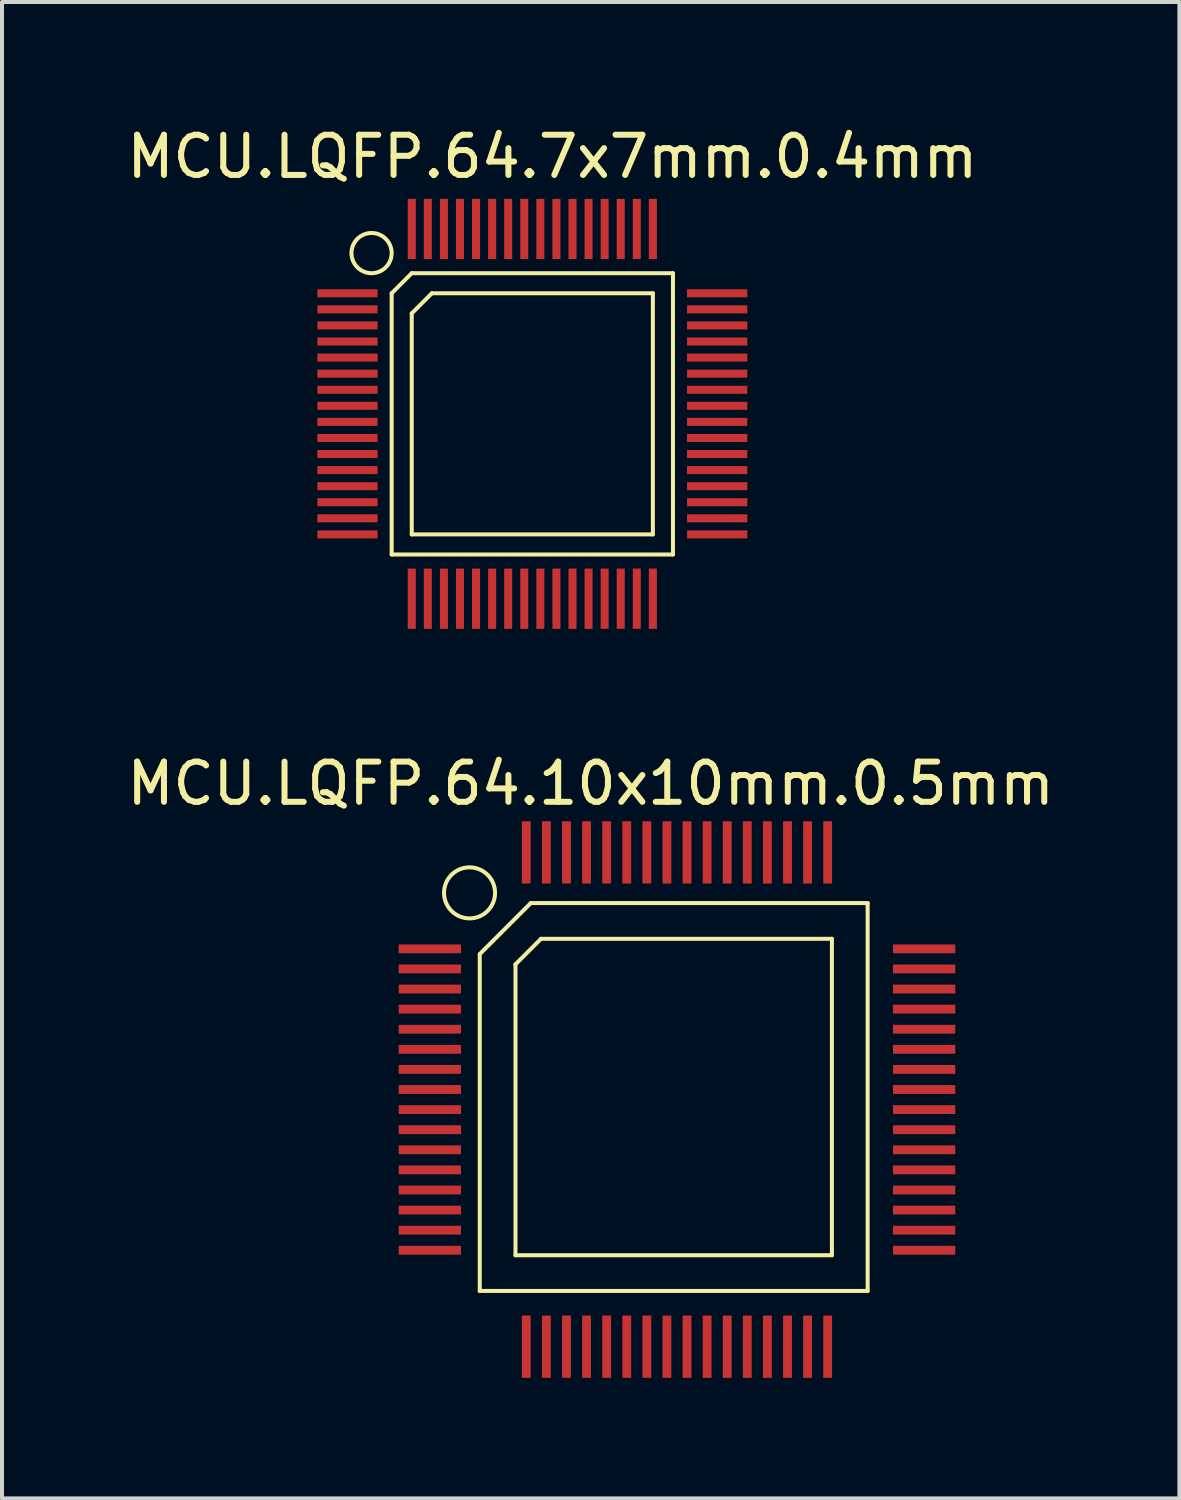
<source format=kicad_pcb>
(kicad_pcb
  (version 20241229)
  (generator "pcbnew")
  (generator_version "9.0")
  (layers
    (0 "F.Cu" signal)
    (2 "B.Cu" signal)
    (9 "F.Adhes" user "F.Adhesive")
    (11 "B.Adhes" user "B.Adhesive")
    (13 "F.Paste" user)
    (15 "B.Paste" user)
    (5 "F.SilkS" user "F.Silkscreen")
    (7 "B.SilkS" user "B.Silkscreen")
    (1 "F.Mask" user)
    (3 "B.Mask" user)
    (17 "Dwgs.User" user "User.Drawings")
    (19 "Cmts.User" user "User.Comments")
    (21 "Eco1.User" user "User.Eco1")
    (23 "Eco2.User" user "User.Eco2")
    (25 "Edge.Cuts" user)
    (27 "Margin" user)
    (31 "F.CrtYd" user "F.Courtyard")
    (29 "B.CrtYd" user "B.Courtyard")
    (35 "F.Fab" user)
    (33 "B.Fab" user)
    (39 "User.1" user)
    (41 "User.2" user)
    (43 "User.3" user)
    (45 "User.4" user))
  (footprint "MCU.LQFP.64.7x7mm.0.4mm"
    (layer "F.Cu")
    (at 10.196 7.248)
    (property "Reference" "MCU.LQFP.64.7x7mm.0.4mm" (at 0.5 -6.4 0) (layer "F.SilkS") (effects (font (size 1 1) (thickness 0.15))))
    (attr through_hole)
    (fp_line (start -3.5 3.5) (end -3.5 -3) (stroke (width 0.1) (type solid)) (layer "F.SilkS"))
    (fp_line (start -3.5 3.5) (end 3.5 3.5) (stroke (width 0.1) (type solid)) (layer "F.SilkS"))
    (fp_line (start -3 -3.5) (end -3.5 -3) (stroke (width 0.1) (type solid)) (layer "F.SilkS"))
    (fp_line (start -3 3) (end -3 -2.5) (stroke (width 0.1) (type solid)) (layer "F.SilkS"))
    (fp_line (start -3 3) (end 3 3) (stroke (width 0.1) (type solid)) (layer "F.SilkS"))
    (fp_line (start -2.5 -3) (end -3 -2.5) (stroke (width 0.1) (type solid)) (layer "F.SilkS"))
    (fp_line (start 3 -3) (end -2.5 -3) (stroke (width 0.1) (type solid)) (layer "F.SilkS"))
    (fp_line (start 3 3) (end 3 -3) (stroke (width 0.1) (type solid)) (layer "F.SilkS"))
    (fp_line (start 3.5 -3.5) (end -3 -3.5) (stroke (width 0.1) (type solid)) (layer "F.SilkS"))
    (fp_line (start 3.5 3.5) (end 3.5 -3.5) (stroke (width 0.1) (type solid)) (layer "F.SilkS"))
    (fp_circle (center -4 -4) (end -3.5 -4) (stroke (width 0.1) (type solid)) (fill no) (layer "F.SilkS"))
    (pad "1" smd rect (at -4.6 -3 180) (size 1.5 0.2) (layers "F.Cu" "F.Mask" "F.Paste"))
    (pad "2" smd rect (at -4.6 -2.6 180) (size 1.5 0.2) (layers "F.Cu" "F.Mask" "F.Paste"))
    (pad "3" smd rect (at -4.6 -2.2 180) (size 1.5 0.2) (layers "F.Cu" "F.Mask" "F.Paste"))
    (pad "4" smd rect (at -4.6 -1.8 180) (size 1.5 0.2) (layers "F.Cu" "F.Mask" "F.Paste"))
    (pad "5" smd rect (at -4.6 -1.4 180) (size 1.5 0.2) (layers "F.Cu" "F.Mask" "F.Paste"))
    (pad "6" smd rect (at -4.6 -1 180) (size 1.5 0.2) (layers "F.Cu" "F.Mask" "F.Paste"))
    (pad "7" smd rect (at -4.6 -0.6 180) (size 1.5 0.2) (layers "F.Cu" "F.Mask" "F.Paste"))
    (pad "8" smd rect (at -4.6 -0.2 180) (size 1.5 0.2) (layers "F.Cu" "F.Mask" "F.Paste"))
    (pad "9" smd rect (at -4.6 0.2 180) (size 1.5 0.2) (layers "F.Cu" "F.Mask" "F.Paste"))
    (pad "10" smd rect (at -4.6 0.6 180) (size 1.5 0.2) (layers "F.Cu" "F.Mask" "F.Paste"))
    (pad "11" smd rect (at -4.6 1 180) (size 1.5 0.2) (layers "F.Cu" "F.Mask" "F.Paste"))
    (pad "12" smd rect (at -4.6 1.4 180) (size 1.5 0.2) (layers "F.Cu" "F.Mask" "F.Paste"))
    (pad "13" smd rect (at -4.6 1.8 180) (size 1.5 0.2) (layers "F.Cu" "F.Mask" "F.Paste"))
    (pad "14" smd rect (at -4.6 2.2 180) (size 1.5 0.2) (layers "F.Cu" "F.Mask" "F.Paste"))
    (pad "15" smd rect (at -4.6 2.6 180) (size 1.5 0.2) (layers "F.Cu" "F.Mask" "F.Paste"))
    (pad "16" smd rect (at -4.6 3 180) (size 1.5 0.2) (layers "F.Cu" "F.Mask" "F.Paste"))
    (pad "17" smd rect (at -3 4.6 270) (size 1.5 0.2) (layers "F.Cu" "F.Mask" "F.Paste"))
    (pad "18" smd rect (at -2.6 4.6 270) (size 1.5 0.2) (layers "F.Cu" "F.Mask" "F.Paste"))
    (pad "19" smd rect (at -2.2 4.6 270) (size 1.5 0.2) (layers "F.Cu" "F.Mask" "F.Paste"))
    (pad "20" smd rect (at -1.8 4.6 270) (size 1.5 0.2) (layers "F.Cu" "F.Mask" "F.Paste"))
    (pad "21" smd rect (at -1.4 4.6 270) (size 1.5 0.2) (layers "F.Cu" "F.Mask" "F.Paste"))
    (pad "22" smd rect (at -1 4.6 270) (size 1.5 0.2) (layers "F.Cu" "F.Mask" "F.Paste"))
    (pad "23" smd rect (at -0.6 4.6 270) (size 1.5 0.2) (layers "F.Cu" "F.Mask" "F.Paste"))
    (pad "24" smd rect (at -0.2 4.6 270) (size 1.5 0.2) (layers "F.Cu" "F.Mask" "F.Paste"))
    (pad "25" smd rect (at 0.2 4.6 270) (size 1.5 0.2) (layers "F.Cu" "F.Mask" "F.Paste"))
    (pad "26" smd rect (at 0.6 4.6 270) (size 1.5 0.2) (layers "F.Cu" "F.Mask" "F.Paste"))
    (pad "27" smd rect (at 1 4.6 270) (size 1.5 0.2) (layers "F.Cu" "F.Mask" "F.Paste"))
    (pad "28" smd rect (at 1.4 4.6 270) (size 1.5 0.2) (layers "F.Cu" "F.Mask" "F.Paste"))
    (pad "29" smd rect (at 1.8 4.6 270) (size 1.5 0.2) (layers "F.Cu" "F.Mask" "F.Paste"))
    (pad "30" smd rect (at 2.2 4.6 270) (size 1.5 0.2) (layers "F.Cu" "F.Mask" "F.Paste"))
    (pad "31" smd rect (at 2.6 4.6 270) (size 1.5 0.2) (layers "F.Cu" "F.Mask" "F.Paste"))
    (pad "32" smd rect (at 3 4.6 270) (size 1.5 0.2) (layers "F.Cu" "F.Mask" "F.Paste"))
    (pad "33" smd rect (at 4.6 3) (size 1.5 0.2) (layers "F.Cu" "F.Mask" "F.Paste"))
    (pad "34" smd rect (at 4.6 2.6) (size 1.5 0.2) (layers "F.Cu" "F.Mask" "F.Paste"))
    (pad "35" smd rect (at 4.6 2.2) (size 1.5 0.2) (layers "F.Cu" "F.Mask" "F.Paste"))
    (pad "36" smd rect (at 4.6 1.8) (size 1.5 0.2) (layers "F.Cu" "F.Mask" "F.Paste"))
    (pad "37" smd rect (at 4.6 1.4) (size 1.5 0.2) (layers "F.Cu" "F.Mask" "F.Paste"))
    (pad "38" smd rect (at 4.6 1) (size 1.5 0.2) (layers "F.Cu" "F.Mask" "F.Paste"))
    (pad "39" smd rect (at 4.6 0.6) (size 1.5 0.2) (layers "F.Cu" "F.Mask" "F.Paste"))
    (pad "40" smd rect (at 4.6 0.2) (size 1.5 0.2) (layers "F.Cu" "F.Mask" "F.Paste"))
    (pad "41" smd rect (at 4.6 -0.2) (size 1.5 0.2) (layers "F.Cu" "F.Mask" "F.Paste"))
    (pad "42" smd rect (at 4.6 -0.6) (size 1.5 0.2) (layers "F.Cu" "F.Mask" "F.Paste"))
    (pad "43" smd rect (at 4.6 -1) (size 1.5 0.2) (layers "F.Cu" "F.Mask" "F.Paste"))
    (pad "44" smd rect (at 4.6 -1.4) (size 1.5 0.2) (layers "F.Cu" "F.Mask" "F.Paste"))
    (pad "45" smd rect (at 4.6 -1.8) (size 1.5 0.2) (layers "F.Cu" "F.Mask" "F.Paste"))
    (pad "46" smd rect (at 4.6 -2.2) (size 1.5 0.2) (layers "F.Cu" "F.Mask" "F.Paste"))
    (pad "47" smd rect (at 4.6 -2.6) (size 1.5 0.2) (layers "F.Cu" "F.Mask" "F.Paste"))
    (pad "48" smd rect (at 4.6 -3) (size 1.5 0.2) (layers "F.Cu" "F.Mask" "F.Paste"))
    (pad "49" smd rect (at 3 -4.6 90) (size 1.5 0.2) (layers "F.Cu" "F.Mask" "F.Paste"))
    (pad "50" smd rect (at 2.6 -4.6 90) (size 1.5 0.2) (layers "F.Cu" "F.Mask" "F.Paste"))
    (pad "51" smd rect (at 2.2 -4.6 90) (size 1.5 0.2) (layers "F.Cu" "F.Mask" "F.Paste"))
    (pad "52" smd rect (at 1.8 -4.6 90) (size 1.5 0.2) (layers "F.Cu" "F.Mask" "F.Paste"))
    (pad "53" smd rect (at 1.4 -4.6 90) (size 1.5 0.2) (layers "F.Cu" "F.Mask" "F.Paste"))
    (pad "54" smd rect (at 1 -4.6 90) (size 1.5 0.2) (layers "F.Cu" "F.Mask" "F.Paste"))
    (pad "55" smd rect (at 0.6 -4.6 90) (size 1.5 0.2) (layers "F.Cu" "F.Mask" "F.Paste"))
    (pad "56" smd rect (at 0.2 -4.6 90) (size 1.5 0.2) (layers "F.Cu" "F.Mask" "F.Paste"))
    (pad "57" smd rect (at -0.2 -4.6 90) (size 1.5 0.2) (layers "F.Cu" "F.Mask" "F.Paste"))
    (pad "58" smd rect (at -0.6 -4.6 90) (size 1.5 0.2) (layers "F.Cu" "F.Mask" "F.Paste"))
    (pad "59" smd rect (at -1 -4.6 90) (size 1.5 0.2) (layers "F.Cu" "F.Mask" "F.Paste"))
    (pad "60" smd rect (at -1.4 -4.6 90) (size 1.5 0.2) (layers "F.Cu" "F.Mask" "F.Paste"))
    (pad "61" smd rect (at -1.8 -4.6 90) (size 1.5 0.2) (layers "F.Cu" "F.Mask" "F.Paste"))
    (pad "62" smd rect (at -2.2 -4.6 90) (size 1.5 0.2) (layers "F.Cu" "F.Mask" "F.Paste"))
    (pad "63" smd rect (at -2.6 -4.6 90) (size 1.5 0.2) (layers "F.Cu" "F.Mask" "F.Paste"))
    (pad "64" smd rect (at -3 -4.6 90) (size 1.5 0.2) (layers "F.Cu" "F.Mask" "F.Paste")))
  (footprint "MCU.LQFP.64.10x10mm.0.5mm"
    (layer "F.Cu")
    (at 13.714 24.248)
    (property "Reference" "MCU.LQFP.64.10x10mm.0.5mm" (at -2.065 -7.801 0) (layer "F.SilkS") (effects (font (size 1 1) (thickness 0.15))))
    (attr smd)
    (fp_line (start -4.826 -3.556) (end -3.556 -4.826) (stroke (width 0.1) (type solid)) (layer "F.SilkS"))
    (fp_line (start -4.826 4.826) (end -4.826 -3.556) (stroke (width 0.1) (type solid)) (layer "F.SilkS"))
    (fp_line (start -4.826 4.826) (end 4.826 4.826) (stroke (width 0.1) (type solid)) (layer "F.SilkS"))
    (fp_line (start -3.937 -3.302) (end -3.302 -3.937) (stroke (width 0.1) (type solid)) (layer "F.SilkS"))
    (fp_line (start -3.937 3.937) (end -3.937 -3.302) (stroke (width 0.1) (type solid)) (layer "F.SilkS"))
    (fp_line (start -3.937 3.937) (end 3.937 3.937) (stroke (width 0.1) (type solid)) (layer "F.SilkS"))
    (fp_line (start -3.556 -4.826) (end 4.826 -4.826) (stroke (width 0.1) (type solid)) (layer "F.SilkS"))
    (fp_line (start -3.302 -3.937) (end 3.937 -3.937) (stroke (width 0.1) (type solid)) (layer "F.SilkS"))
    (fp_line (start 3.937 3.937) (end 3.937 -3.937) (stroke (width 0.1) (type solid)) (layer "F.SilkS"))
    (fp_line (start 4.826 4.826) (end 4.826 -4.826) (stroke (width 0.1) (type solid)) (layer "F.SilkS"))
    (fp_arc (start -4.44502 -5.07997) (mid -5.71502 -5.07997) (end -4.44502 -5.07997) (stroke (width 0.1) (type solid)) (layer "F.SilkS"))
    (pad "1" smd rect (at -6.068 -3.687 180) (size 1.55 0.22) (layers "F.Cu" "F.Mask" "F.Paste"))
    (pad "2" smd rect (at -6.068 -3.187 180) (size 1.55 0.22) (layers "F.Cu" "F.Mask" "F.Paste"))
    (pad "3" smd rect (at -6.068 -2.687 180) (size 1.55 0.22) (layers "F.Cu" "F.Mask" "F.Paste"))
    (pad "4" smd rect (at -6.068 -2.187 180) (size 1.55 0.22) (layers "F.Cu" "F.Mask" "F.Paste"))
    (pad "5" smd rect (at -6.068 -1.687 180) (size 1.55 0.22) (layers "F.Cu" "F.Mask" "F.Paste"))
    (pad "6" smd rect (at -6.068 -1.187 180) (size 1.55 0.22) (layers "F.Cu" "F.Mask" "F.Paste"))
    (pad "7" smd rect (at -6.068 -0.687 180) (size 1.55 0.22) (layers "F.Cu" "F.Mask" "F.Paste"))
    (pad "8" smd rect (at -6.068 -0.187 180) (size 1.55 0.22) (layers "F.Cu" "F.Mask" "F.Paste"))
    (pad "9" smd rect (at -6.068 0.313 180) (size 1.55 0.22) (layers "F.Cu" "F.Mask" "F.Paste"))
    (pad "10" smd rect (at -6.068 0.813 180) (size 1.55 0.22) (layers "F.Cu" "F.Mask" "F.Paste"))
    (pad "11" smd rect (at -6.068 1.313 180) (size 1.55 0.22) (layers "F.Cu" "F.Mask" "F.Paste"))
    (pad "12" smd rect (at -6.068 1.813 180) (size 1.55 0.22) (layers "F.Cu" "F.Mask" "F.Paste"))
    (pad "13" smd rect (at -6.068 2.313 180) (size 1.55 0.22) (layers "F.Cu" "F.Mask" "F.Paste"))
    (pad "14" smd rect (at -6.068 2.813 180) (size 1.55 0.22) (layers "F.Cu" "F.Mask" "F.Paste"))
    (pad "15" smd rect (at -6.068 3.313 180) (size 1.55 0.22) (layers "F.Cu" "F.Mask" "F.Paste"))
    (pad "16" smd rect (at -6.068 3.813 180) (size 1.55 0.22) (layers "F.Cu" "F.Mask" "F.Paste"))
    (pad "17" smd rect (at -3.668 6.213 180) (size 0.22 1.55) (layers "F.Cu" "F.Mask" "F.Paste"))
    (pad "18" smd rect (at -3.168 6.213 180) (size 0.22 1.55) (layers "F.Cu" "F.Mask" "F.Paste"))
    (pad "19" smd rect (at -2.668 6.213 180) (size 0.22 1.55) (layers "F.Cu" "F.Mask" "F.Paste"))
    (pad "20" smd rect (at -2.168 6.213 180) (size 0.22 1.55) (layers "F.Cu" "F.Mask" "F.Paste"))
    (pad "21" smd rect (at -1.668 6.213 180) (size 0.22 1.55) (layers "F.Cu" "F.Mask" "F.Paste"))
    (pad "22" smd rect (at -1.168 6.213 180) (size 0.22 1.55) (layers "F.Cu" "F.Mask" "F.Paste"))
    (pad "23" smd rect (at -0.668 6.213 180) (size 0.22 1.55) (layers "F.Cu" "F.Mask" "F.Paste"))
    (pad "24" smd rect (at -0.168 6.213 180) (size 0.22 1.55) (layers "F.Cu" "F.Mask" "F.Paste"))
    (pad "25" smd rect (at 0.332 6.213 180) (size 0.22 1.55) (layers "F.Cu" "F.Mask" "F.Paste"))
    (pad "26" smd rect (at 0.832 6.213 180) (size 0.22 1.55) (layers "F.Cu" "F.Mask" "F.Paste"))
    (pad "27" smd rect (at 1.332 6.213 180) (size 0.22 1.55) (layers "F.Cu" "F.Mask" "F.Paste"))
    (pad "28" smd rect (at 1.832 6.213 180) (size 0.22 1.55) (layers "F.Cu" "F.Mask" "F.Paste"))
    (pad "29" smd rect (at 2.332 6.213 180) (size 0.22 1.55) (layers "F.Cu" "F.Mask" "F.Paste"))
    (pad "30" smd rect (at 2.832 6.213 180) (size 0.22 1.55) (layers "F.Cu" "F.Mask" "F.Paste"))
    (pad "31" smd rect (at 3.332 6.213 180) (size 0.22 1.55) (layers "F.Cu" "F.Mask" "F.Paste"))
    (pad "32" smd rect (at 3.832 6.213 180) (size 0.22 1.55) (layers "F.Cu" "F.Mask" "F.Paste"))
    (pad "33" smd rect (at 6.232 3.813 180) (size 1.55 0.22) (layers "F.Cu" "F.Mask" "F.Paste"))
    (pad "34" smd rect (at 6.232 3.313 180) (size 1.55 0.22) (layers "F.Cu" "F.Mask" "F.Paste"))
    (pad "35" smd rect (at 6.232 2.813 180) (size 1.55 0.22) (layers "F.Cu" "F.Mask" "F.Paste"))
    (pad "36" smd rect (at 6.232 2.313 180) (size 1.55 0.22) (layers "F.Cu" "F.Mask" "F.Paste"))
    (pad "37" smd rect (at 6.232 1.813 180) (size 1.55 0.22) (layers "F.Cu" "F.Mask" "F.Paste"))
    (pad "38" smd rect (at 6.232 1.313 180) (size 1.55 0.22) (layers "F.Cu" "F.Mask" "F.Paste"))
    (pad "39" smd rect (at 6.232 0.813 180) (size 1.55 0.22) (layers "F.Cu" "F.Mask" "F.Paste"))
    (pad "40" smd rect (at 6.232 0.313 180) (size 1.55 0.22) (layers "F.Cu" "F.Mask" "F.Paste"))
    (pad "41" smd rect (at 6.232 -0.187 180) (size 1.55 0.22) (layers "F.Cu" "F.Mask" "F.Paste"))
    (pad "42" smd rect (at 6.232 -0.687 180) (size 1.55 0.22) (layers "F.Cu" "F.Mask" "F.Paste"))
    (pad "43" smd rect (at 6.232 -1.187 180) (size 1.55 0.22) (layers "F.Cu" "F.Mask" "F.Paste"))
    (pad "44" smd rect (at 6.232 -1.687 180) (size 1.55 0.22) (layers "F.Cu" "F.Mask" "F.Paste"))
    (pad "45" smd rect (at 6.232 -2.187 180) (size 1.55 0.22) (layers "F.Cu" "F.Mask" "F.Paste"))
    (pad "46" smd rect (at 6.232 -2.687 180) (size 1.55 0.22) (layers "F.Cu" "F.Mask" "F.Paste"))
    (pad "47" smd rect (at 6.232 -3.187 180) (size 1.55 0.22) (layers "F.Cu" "F.Mask" "F.Paste"))
    (pad "48" smd rect (at 6.232 -3.687 180) (size 1.55 0.22) (layers "F.Cu" "F.Mask" "F.Paste"))
    (pad "49" smd rect (at 3.832 -6.087 180) (size 0.22 1.55) (layers "F.Cu" "F.Mask" "F.Paste"))
    (pad "50" smd rect (at 3.332 -6.087 180) (size 0.22 1.55) (layers "F.Cu" "F.Mask" "F.Paste"))
    (pad "51" smd rect (at 2.832 -6.087 180) (size 0.22 1.55) (layers "F.Cu" "F.Mask" "F.Paste"))
    (pad "52" smd rect (at 2.332 -6.087 180) (size 0.22 1.55) (layers "F.Cu" "F.Mask" "F.Paste"))
    (pad "53" smd rect (at 1.832 -6.087 180) (size 0.22 1.55) (layers "F.Cu" "F.Mask" "F.Paste"))
    (pad "54" smd rect (at 1.332 -6.087 180) (size 0.22 1.55) (layers "F.Cu" "F.Mask" "F.Paste"))
    (pad "55" smd rect (at 0.832 -6.087 180) (size 0.22 1.55) (layers "F.Cu" "F.Mask" "F.Paste"))
    (pad "56" smd rect (at 0.332 -6.087 180) (size 0.22 1.55) (layers "F.Cu" "F.Mask" "F.Paste"))
    (pad "57" smd rect (at -0.168 -6.087 180) (size 0.22 1.55) (layers "F.Cu" "F.Mask" "F.Paste"))
    (pad "58" smd rect (at -0.668 -6.087 180) (size 0.22 1.55) (layers "F.Cu" "F.Mask" "F.Paste"))
    (pad "59" smd rect (at -1.168 -6.087 180) (size 0.22 1.55) (layers "F.Cu" "F.Mask" "F.Paste"))
    (pad "60" smd rect (at -1.668 -6.087 180) (size 0.22 1.55) (layers "F.Cu" "F.Mask" "F.Paste"))
    (pad "61" smd rect (at -2.168 -6.087 180) (size 0.22 1.55) (layers "F.Cu" "F.Mask" "F.Paste"))
    (pad "62" smd rect (at -2.668 -6.087 180) (size 0.22 1.55) (layers "F.Cu" "F.Mask" "F.Paste"))
    (pad "63" smd rect (at -3.168 -6.087 180) (size 0.22 1.55) (layers "F.Cu" "F.Mask" "F.Paste"))
    (pad "64" smd rect (at -3.668 -6.087 180) (size 0.22 1.55) (layers "F.Cu" "F.Mask" "F.Paste")))
  (gr_rect
    (start -3 -3)
    (end 26.298 34.236)
    (stroke (width 0.1) (type default))
    (fill no)
    (layer "Edge.Cuts")))
</source>
